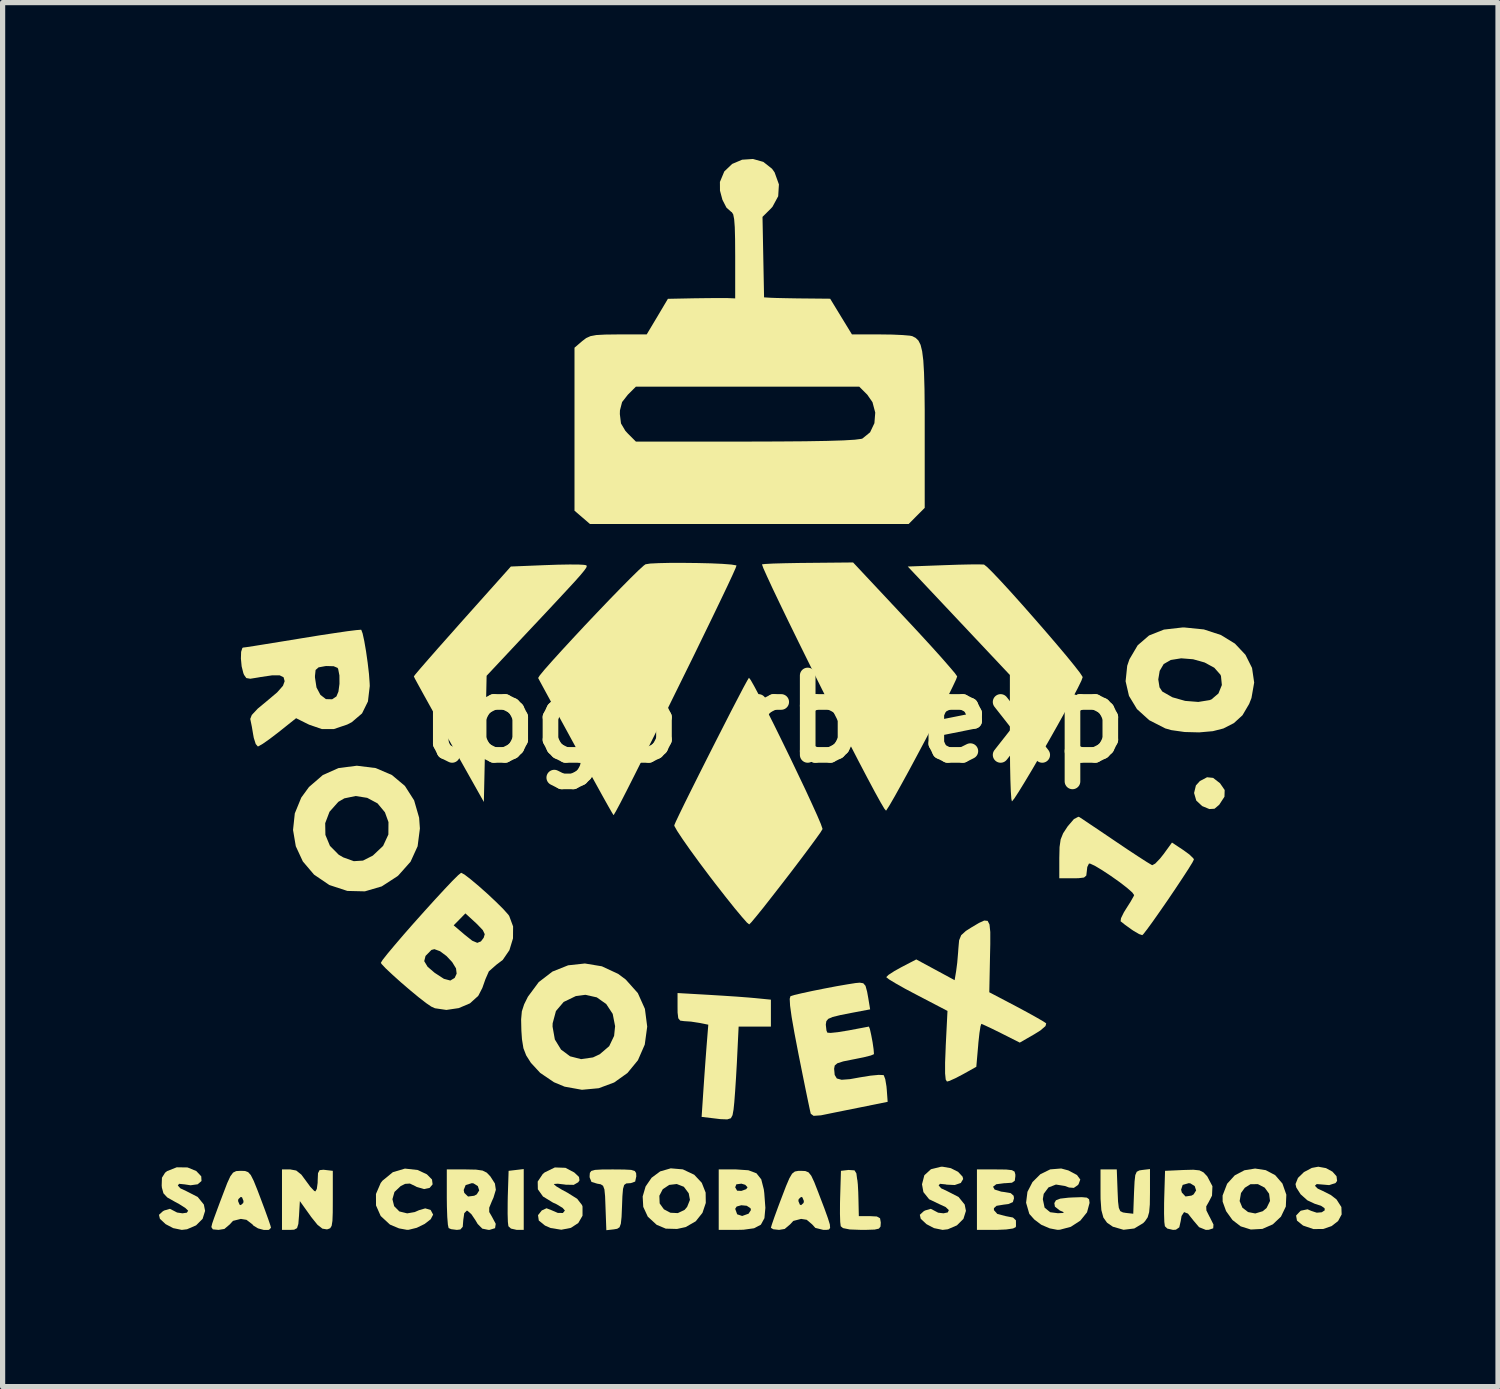
<source format=kicad_pcb>
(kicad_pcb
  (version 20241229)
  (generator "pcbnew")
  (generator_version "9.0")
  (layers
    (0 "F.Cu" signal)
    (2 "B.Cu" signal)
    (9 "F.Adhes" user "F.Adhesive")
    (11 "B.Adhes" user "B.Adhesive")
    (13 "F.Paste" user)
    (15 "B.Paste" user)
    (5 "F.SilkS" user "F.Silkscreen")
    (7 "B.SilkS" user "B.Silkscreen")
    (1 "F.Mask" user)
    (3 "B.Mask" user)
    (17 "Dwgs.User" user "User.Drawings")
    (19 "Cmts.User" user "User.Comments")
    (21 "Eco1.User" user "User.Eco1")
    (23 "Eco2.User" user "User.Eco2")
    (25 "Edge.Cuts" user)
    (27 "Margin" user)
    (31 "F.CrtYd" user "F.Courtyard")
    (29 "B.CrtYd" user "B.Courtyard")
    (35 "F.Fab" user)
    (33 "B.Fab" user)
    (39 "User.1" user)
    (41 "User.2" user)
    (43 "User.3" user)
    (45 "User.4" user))
  (footprint "logo rb exp"
    (layer "F.Cu")
    (at 11.793 10.744)
    (property "Reference" "logo rb exp" (at 0 0 0) (layer "F.SilkS") (effects (font (size 1.524 1.524) (thickness 0.3))))
    (attr board_only exclude_from_pos_files exclude_from_bom)
    (fp_poly (pts (xy -4.795 9.802) (xy -4.929 9.802) (xy -5.04 9.777) (xy -5.089 9.732) (xy -5.099 9.651) (xy -5.104 9.492) (xy -5.103 9.283) (xy -5.101 9.165) (xy -5.085 8.669) (xy -4.94 8.652) (xy -4.795 8.635)) (stroke (width 0) (type solid)) (fill yes) (layer "F.SilkS"))
    (fp_poly (pts (xy 8.431 1.13) (xy 8.56 1.23) (xy 8.565 1.235) (xy 8.653 1.363) (xy 8.649 1.491) (xy 8.55 1.643) (xy 8.547 1.647) (xy 8.458 1.722) (xy 8.359 1.728) (xy 8.221 1.671) (xy 8.108 1.565) (xy 8.066 1.42) (xy 8.101 1.275) (xy 8.177 1.191) (xy 8.315 1.118)) (stroke (width 0) (type solid)) (fill yes) (layer "F.SilkS"))
    (fp_poly (pts (xy 1.551 8.66) (xy 1.587 8.718) (xy 1.601 8.825) (xy 1.607 8.853) (xy 1.615 8.931) (xy 1.623 9.079) (xy 1.627 9.222) (xy 1.634 9.538) (xy 1.844 9.538) (xy 1.98 9.545) (xy 2.041 9.579) (xy 2.055 9.658) (xy 2.055 9.67) (xy 2.05 9.739) (xy 2.018 9.778) (xy 1.938 9.796) (xy 1.786 9.801) (xy 1.685 9.802) (xy 1.461 9.794) (xy 1.331 9.768) (xy 1.287 9.732) (xy 1.277 9.651) (xy 1.272 9.492) (xy 1.273 9.283) (xy 1.276 9.165) (xy 1.291 8.669) (xy 1.436 8.652)) (stroke (width 0) (type solid)) (fill yes) (layer "F.SilkS"))
    (fp_poly (pts (xy 7.22 9.089) (xy 7.217 9.315) (xy 7.204 9.462) (xy 7.176 9.56) (xy 7.126 9.634) (xy 7.09 9.672) (xy 6.919 9.775) (xy 6.713 9.8) (xy 6.511 9.742) (xy 6.508 9.741) (xy 6.396 9.664) (xy 6.326 9.566) (xy 6.287 9.422) (xy 6.272 9.209) (xy 6.271 9.08) (xy 6.271 8.642) (xy 6.583 8.642) (xy 6.598 9.051) (xy 6.607 9.256) (xy 6.622 9.379) (xy 6.65 9.442) (xy 6.701 9.467) (xy 6.756 9.476) (xy 6.899 9.492) (xy 6.914 9.08) (xy 6.924 8.874) (xy 6.938 8.751) (xy 6.966 8.687) (xy 7.016 8.661) (xy 7.075 8.652) (xy 7.22 8.635)) (stroke (width 0) (type solid)) (fill yes) (layer "F.SilkS"))
    (fp_poly (pts (xy -2.866 8.644) (xy -2.733 8.651) (xy -2.665 8.672) (xy -2.639 8.711) (xy -2.635 8.774) (xy -2.657 8.875) (xy -2.742 8.905) (xy -2.764 8.906) (xy -2.828 8.911) (xy -2.868 8.94) (xy -2.89 9.015) (xy -2.902 9.156) (xy -2.909 9.341) (xy -2.918 9.554) (xy -2.932 9.684) (xy -2.957 9.752) (xy -3.002 9.781) (xy -3.067 9.792) (xy -3.21 9.808) (xy -3.226 9.37) (xy -3.234 9.156) (xy -3.247 9.025) (xy -3.273 8.956) (xy -3.318 8.927) (xy -3.386 8.915) (xy -3.495 8.882) (xy -3.53 8.796) (xy -3.531 8.771) (xy -3.526 8.708) (xy -3.499 8.671) (xy -3.427 8.651) (xy -3.292 8.643) (xy -3.083 8.642)) (stroke (width 0) (type solid)) (fill yes) (layer "F.SilkS"))
    (fp_poly (pts (xy -9.16 8.663) (xy -9.062 8.741) (xy -8.979 8.853) (xy -8.888 8.977) (xy -8.816 9.053) (xy -8.793 9.064) (xy -8.765 9.017) (xy -8.749 8.9) (xy -8.748 8.85) (xy -8.742 8.714) (xy -8.712 8.656) (xy -8.638 8.648) (xy -8.603 8.652) (xy -8.458 8.669) (xy -8.458 9.222) (xy -8.459 9.469) (xy -8.465 9.629) (xy -8.48 9.723) (xy -8.508 9.77) (xy -8.553 9.788) (xy -8.574 9.792) (xy -8.658 9.778) (xy -8.752 9.704) (xy -8.874 9.553) (xy -8.89 9.529) (xy -9.09 9.25) (xy -9.106 9.526) (xy -9.119 9.687) (xy -9.144 9.768) (xy -9.199 9.798) (xy -9.277 9.802) (xy -9.433 9.802) (xy -9.433 8.642) (xy -9.275 8.642)) (stroke (width 0) (type solid)) (fill yes) (layer "F.SilkS"))
    (fp_poly (pts (xy -3.742 -2.963) (xy -3.65 -2.958) (xy -3.618 -2.954) (xy -3.594 -2.948) (xy -3.585 -2.934) (xy -3.596 -2.902) (xy -3.634 -2.848) (xy -3.705 -2.762) (xy -3.815 -2.638) (xy -3.971 -2.469) (xy -4.178 -2.246) (xy -4.442 -1.964) (xy -4.77 -1.615) (xy -4.895 -1.482) (xy -5.507 -0.829) (xy -5.533 0.381) (xy -5.56 1.592) (xy -6.231 0.399) (xy -6.412 0.078) (xy -6.574 -0.213) (xy -6.711 -0.46) (xy -6.816 -0.651) (xy -6.883 -0.774) (xy -6.903 -0.817) (xy -6.87 -0.861) (xy -6.775 -0.973) (xy -6.628 -1.142) (xy -6.438 -1.359) (xy -6.214 -1.611) (xy -5.973 -1.883) (xy -5.042 -2.925) (xy -4.405 -2.951) (xy -4.146 -2.96) (xy -3.916 -2.964)) (stroke (width 0) (type solid)) (fill yes) (layer "F.SilkS"))
    (fp_poly (pts (xy -1.742 8.641) (xy -1.524 8.744) (xy -1.379 8.899) (xy -1.305 9.086) (xy -1.302 9.285) (xy -1.366 9.475) (xy -1.495 9.637) (xy -1.688 9.748) (xy -1.854 9.784) (xy -2.07 9.778) (xy -2.244 9.705) (xy -2.415 9.548) (xy -2.502 9.36) (xy -2.513 9.161) (xy -2.509 9.147) (xy -2.193 9.147) (xy -2.187 9.294) (xy -2.106 9.407) (xy -1.981 9.473) (xy -1.839 9.48) (xy -1.709 9.418) (xy -1.66 9.361) (xy -1.606 9.226) (xy -1.63 9.099) (xy -1.723 8.975) (xy -1.859 8.922) (xy -2.004 8.939) (xy -2.128 9.022) (xy -2.193 9.147) (xy -2.509 9.147) (xy -2.457 8.969) (xy -2.342 8.802) (xy -2.178 8.68) (xy -1.974 8.621)) (stroke (width 0) (type solid)) (fill yes) (layer "F.SilkS"))
    (fp_poly (pts (xy -1.252 5.292) (xy -0.974 5.309) (xy -0.701 5.327) (xy -0.469 5.345) (xy -0.356 5.355) (xy -0.053 5.385) (xy -0.053 5.902) (xy -0.672 5.902) (xy -0.706 6.6) (xy -0.722 6.88) (xy -0.739 7.14) (xy -0.755 7.352) (xy -0.769 7.488) (xy -0.77 7.496) (xy -0.789 7.601) (xy -0.821 7.66) (xy -0.891 7.682) (xy -1.022 7.677) (xy -1.205 7.655) (xy -1.382 7.634) (xy -1.348 7.123) (xy -1.329 6.846) (xy -1.308 6.555) (xy -1.289 6.302) (xy -1.284 6.239) (xy -1.254 5.865) (xy -1.424 5.831) (xy -1.586 5.806) (xy -1.719 5.797) (xy -1.793 5.787) (xy -1.83 5.742) (xy -1.843 5.633) (xy -1.844 5.527) (xy -1.844 5.258)) (stroke (width 0) (type solid)) (fill yes) (layer "F.SilkS"))
    (fp_poly (pts (xy 9.441 8.656) (xy 9.622 8.752) (xy 9.761 8.913) (xy 9.836 9.127) (xy 9.826 9.354) (xy 9.733 9.548) (xy 9.576 9.696) (xy 9.377 9.783) (xy 9.155 9.795) (xy 8.96 9.734) (xy 8.803 9.613) (xy 8.68 9.442) (xy 8.614 9.26) (xy 8.614 9.249) (xy 8.94 9.249) (xy 8.993 9.376) (xy 9.102 9.46) (xy 9.24 9.487) (xy 9.383 9.444) (xy 9.457 9.382) (xy 9.523 9.247) (xy 9.505 9.108) (xy 9.421 8.992) (xy 9.29 8.924) (xy 9.147 8.926) (xy 9.039 8.994) (xy 8.966 9.095) (xy 8.94 9.249) (xy 8.614 9.249) (xy 8.613 9.143) (xy 8.7 8.917) (xy 8.846 8.756) (xy 9.032 8.658) (xy 9.237 8.625)) (stroke (width 0) (type solid)) (fill yes) (layer "F.SilkS"))
    (fp_poly (pts (xy -6.829 8.653) (xy -6.653 8.736) (xy -6.555 8.835) (xy -6.543 8.928) (xy -6.6 8.996) (xy -6.707 9.019) (xy -6.848 8.978) (xy -6.865 8.968) (xy -6.979 8.913) (xy -7.07 8.919) (xy -7.155 8.961) (xy -7.275 9.074) (xy -7.314 9.213) (xy -7.281 9.347) (xy -7.181 9.448) (xy -7.031 9.485) (xy -6.886 9.46) (xy -6.804 9.424) (xy -6.684 9.389) (xy -6.581 9.42) (xy -6.535 9.505) (xy -6.534 9.511) (xy -6.58 9.598) (xy -6.696 9.688) (xy -6.848 9.762) (xy -7.002 9.8) (xy -7.035 9.801) (xy -7.188 9.773) (xy -7.351 9.705) (xy -7.366 9.696) (xy -7.539 9.536) (xy -7.629 9.333) (xy -7.63 9.113) (xy -7.539 8.902) (xy -7.506 8.859) (xy -7.306 8.695) (xy -7.074 8.626)) (stroke (width 0) (type solid)) (fill yes) (layer "F.SilkS"))
    (fp_poly (pts (xy -0.484 8.658) (xy -0.33 8.716) (xy -0.238 8.832) (xy -0.189 9.025) (xy -0.18 9.095) (xy -0.159 9.379) (xy -0.177 9.577) (xy -0.245 9.702) (xy -0.376 9.771) (xy -0.58 9.799) (xy -0.717 9.802) (xy -1.054 9.802) (xy -1.054 9.398) (xy -0.738 9.398) (xy -0.7 9.503) (xy -0.604 9.535) (xy -0.481 9.491) (xy -0.436 9.421) (xy -0.444 9.386) (xy -0.517 9.339) (xy -0.621 9.329) (xy -0.71 9.354) (xy -0.738 9.398) (xy -1.054 9.398) (xy -1.054 8.985) (xy -0.738 8.985) (xy -0.701 9.05) (xy -0.619 9.054) (xy -0.527 9.021) (xy -0.501 8.985) (xy -0.545 8.937) (xy -0.619 8.915) (xy -0.716 8.928) (xy -0.738 8.985) (xy -1.054 8.985) (xy -1.054 8.642) (xy -0.72 8.642)) (stroke (width 0) (type solid)) (fill yes) (layer "F.SilkS"))
    (fp_poly (pts (xy 4.461 8.644) (xy 4.571 8.656) (xy 4.622 8.684) (xy 4.637 8.739) (xy 4.637 8.774) (xy 4.626 8.859) (xy 4.572 8.897) (xy 4.445 8.906) (xy 4.427 8.906) (xy 4.271 8.926) (xy 4.209 8.974) (xy 4.239 9.028) (xy 4.366 9.068) (xy 4.413 9.074) (xy 4.548 9.097) (xy 4.604 9.147) (xy 4.611 9.196) (xy 4.589 9.269) (xy 4.504 9.306) (xy 4.41 9.318) (xy 4.276 9.34) (xy 4.226 9.385) (xy 4.226 9.423) (xy 4.291 9.496) (xy 4.453 9.538) (xy 4.453 9.538) (xy 4.591 9.565) (xy 4.648 9.619) (xy 4.649 9.726) (xy 4.645 9.749) (xy 4.593 9.775) (xy 4.461 9.794) (xy 4.277 9.802) (xy 4.268 9.802) (xy 3.9 9.802) (xy 3.9 8.642) (xy 4.268 8.642)) (stroke (width 0) (type solid)) (fill yes) (layer "F.SilkS"))
    (fp_poly (pts (xy -3.995 8.611) (xy -3.826 8.7) (xy -3.735 8.786) (xy -3.725 8.851) (xy -3.749 8.888) (xy -3.836 8.938) (xy -3.988 8.935) (xy -4.014 8.931) (xy -4.142 8.916) (xy -4.211 8.921) (xy -4.216 8.927) (xy -4.173 8.965) (xy -4.062 9.032) (xy -3.959 9.087) (xy -3.77 9.205) (xy -3.677 9.325) (xy -3.667 9.353) (xy -3.667 9.53) (xy -3.748 9.67) (xy -3.89 9.763) (xy -4.074 9.799) (xy -4.279 9.766) (xy -4.387 9.719) (xy -4.506 9.622) (xy -4.521 9.52) (xy -4.449 9.429) (xy -4.358 9.387) (xy -4.265 9.423) (xy -4.142 9.476) (xy -4.044 9.478) (xy -4.005 9.431) (xy -4.049 9.38) (xy -4.161 9.312) (xy -4.235 9.278) (xy -4.426 9.161) (xy -4.524 9.023) (xy -4.527 8.875) (xy -4.43 8.73) (xy -4.393 8.699) (xy -4.198 8.604)) (stroke (width 0) (type solid)) (fill yes) (layer "F.SilkS"))
    (fp_poly (pts (xy 3.399 8.618) (xy 3.538 8.688) (xy 3.624 8.78) (xy 3.636 8.826) (xy 3.59 8.902) (xy 3.475 8.941) (xy 3.32 8.934) (xy 3.298 8.929) (xy 3.191 8.918) (xy 3.165 8.95) (xy 3.215 9.005) (xy 3.33 9.059) (xy 3.547 9.17) (xy 3.665 9.316) (xy 3.689 9.437) (xy 3.641 9.59) (xy 3.516 9.715) (xy 3.342 9.79) (xy 3.241 9.802) (xy 3.076 9.768) (xy 2.932 9.692) (xy 2.822 9.589) (xy 2.804 9.513) (xy 2.878 9.445) (xy 2.904 9.43) (xy 3.014 9.398) (xy 3.073 9.428) (xy 3.156 9.472) (xy 3.259 9.484) (xy 3.34 9.467) (xy 3.361 9.423) (xy 3.3 9.364) (xy 3.185 9.311) (xy 2.983 9.214) (xy 2.873 9.077) (xy 2.846 8.927) (xy 2.891 8.754) (xy 3.018 8.638) (xy 3.213 8.59) (xy 3.241 8.59)) (stroke (width 0) (type solid)) (fill yes) (layer "F.SilkS"))
    (fp_poly (pts (xy 4.03 -2.963) (xy 4.037 -2.962) (xy 4.095 -2.916) (xy 4.208 -2.804) (xy 4.366 -2.637) (xy 4.557 -2.429) (xy 4.77 -2.191) (xy 4.993 -1.938) (xy 5.216 -1.682) (xy 5.427 -1.436) (xy 5.615 -1.213) (xy 5.768 -1.025) (xy 5.876 -0.886) (xy 5.926 -0.809) (xy 5.928 -0.8) (xy 5.903 -0.732) (xy 5.834 -0.591) (xy 5.729 -0.392) (xy 5.596 -0.148) (xy 5.445 0.124) (xy 5.284 0.409) (xy 5.12 0.694) (xy 4.964 0.963) (xy 4.822 1.2) (xy 4.704 1.392) (xy 4.619 1.523) (xy 4.574 1.579) (xy 4.571 1.58) (xy 4.56 1.53) (xy 4.55 1.389) (xy 4.542 1.173) (xy 4.536 0.895) (xy 4.533 0.57) (xy 4.532 0.368) (xy 4.532 -0.844) (xy 2.573 -2.925) (xy 3.276 -2.951) (xy 3.541 -2.96) (xy 3.769 -2.965) (xy 3.939 -2.966)) (stroke (width 0) (type solid)) (fill yes) (layer "F.SilkS"))
    (fp_poly (pts (xy -11.245 8.604) (xy -11.078 8.672) (xy -10.982 8.774) (xy -10.977 8.864) (xy -11.05 8.927) (xy -11.187 8.946) (xy -11.299 8.929) (xy -11.406 8.918) (xy -11.432 8.95) (xy -11.382 9.005) (xy -11.267 9.059) (xy -11.05 9.17) (xy -10.932 9.316) (xy -10.908 9.437) (xy -10.956 9.59) (xy -11.081 9.715) (xy -11.255 9.79) (xy -11.356 9.802) (xy -11.521 9.768) (xy -11.665 9.692) (xy -11.775 9.589) (xy -11.793 9.513) (xy -11.719 9.445) (xy -11.693 9.43) (xy -11.583 9.398) (xy -11.524 9.428) (xy -11.445 9.469) (xy -11.342 9.484) (xy -11.258 9.472) (xy -11.233 9.434) (xy -11.287 9.382) (xy -11.405 9.307) (xy -11.488 9.262) (xy -11.633 9.18) (xy -11.707 9.101) (xy -11.737 8.992) (xy -11.741 8.95) (xy -11.736 8.801) (xy -11.676 8.705) (xy -11.637 8.674) (xy -11.452 8.601)) (stroke (width 0) (type solid)) (fill yes) (layer "F.SilkS"))
    (fp_poly (pts (xy 10.597 8.617) (xy 10.721 8.685) (xy 10.799 8.773) (xy 10.81 8.862) (xy 10.78 8.903) (xy 10.658 8.943) (xy 10.542 8.933) (xy 10.419 8.923) (xy 10.384 8.956) (xy 10.438 9.01) (xy 10.535 9.055) (xy 10.688 9.132) (xy 10.799 9.218) (xy 10.892 9.364) (xy 10.897 9.506) (xy 10.829 9.632) (xy 10.705 9.729) (xy 10.542 9.785) (xy 10.354 9.786) (xy 10.16 9.72) (xy 10.157 9.719) (xy 10.04 9.624) (xy 10.023 9.527) (xy 10.106 9.439) (xy 10.117 9.433) (xy 10.243 9.407) (xy 10.32 9.44) (xy 10.419 9.472) (xy 10.516 9.464) (xy 10.573 9.426) (xy 10.569 9.385) (xy 10.5 9.339) (xy 10.381 9.301) (xy 10.24 9.235) (xy 10.11 9.119) (xy 10.027 8.989) (xy 10.012 8.923) (xy 10.059 8.805) (xy 10.174 8.693) (xy 10.325 8.613) (xy 10.449 8.59)) (stroke (width 0) (type solid)) (fill yes) (layer "F.SilkS"))
    (fp_poly (pts (xy -10.141 8.672) (xy -10.082 8.694) (xy -10.031 8.751) (xy -9.975 8.862) (xy -9.902 9.043) (xy -9.844 9.196) (xy -9.762 9.415) (xy -9.696 9.598) (xy -9.654 9.721) (xy -9.644 9.762) (xy -9.684 9.802) (xy -9.781 9.803) (xy -9.893 9.773) (xy -9.983 9.718) (xy -10 9.696) (xy -10.114 9.609) (xy -10.222 9.591) (xy -10.373 9.629) (xy -10.434 9.696) (xy -10.538 9.784) (xy -10.65 9.802) (xy -10.759 9.792) (xy -10.788 9.748) (xy -10.773 9.683) (xy -10.738 9.581) (xy -10.676 9.412) (xy -10.615 9.248) (xy -10.276 9.248) (xy -10.247 9.318) (xy -10.223 9.327) (xy -10.176 9.285) (xy -10.171 9.248) (xy -10.199 9.178) (xy -10.223 9.169) (xy -10.27 9.212) (xy -10.276 9.248) (xy -10.615 9.248) (xy -10.598 9.204) (xy -10.565 9.117) (xy -10.484 8.905) (xy -10.424 8.774) (xy -10.371 8.703) (xy -10.312 8.674) (xy -10.23 8.669) (xy -10.22 8.669)) (stroke (width 0) (type solid)) (fill yes) (layer "F.SilkS"))
    (fp_poly (pts (xy 0.608 8.673) (xy 0.669 8.698) (xy 0.722 8.764) (xy 0.78 8.888) (xy 0.859 9.09) (xy 0.869 9.117) (xy 0.973 9.389) (xy 1.041 9.578) (xy 1.078 9.698) (xy 1.083 9.765) (xy 1.06 9.795) (xy 1.009 9.802) (xy 0.954 9.802) (xy 0.8 9.764) (xy 0.738 9.696) (xy 0.634 9.608) (xy 0.527 9.591) (xy 0.377 9.63) (xy 0.316 9.696) (xy 0.212 9.784) (xy 0.104 9.802) (xy -0.007 9.79) (xy -0.053 9.762) (xy -0.053 9.762) (xy -0.035 9.699) (xy 0.013 9.56) (xy 0.083 9.368) (xy 0.128 9.248) (xy 0.474 9.248) (xy 0.503 9.318) (xy 0.527 9.327) (xy 0.574 9.285) (xy 0.58 9.248) (xy 0.551 9.178) (xy 0.527 9.169) (xy 0.48 9.212) (xy 0.474 9.248) (xy 0.128 9.248) (xy 0.148 9.196) (xy 0.237 8.963) (xy 0.302 8.811) (xy 0.354 8.723) (xy 0.407 8.682) (xy 0.472 8.67) (xy 0.523 8.669)) (stroke (width 0) (type solid)) (fill yes) (layer "F.SilkS"))
    (fp_poly (pts (xy 2.514 -1.946) (xy 2.775 -1.666) (xy 3.011 -1.409) (xy 3.213 -1.185) (xy 3.371 -1.004) (xy 3.477 -0.879) (xy 3.52 -0.818) (xy 3.521 -0.817) (xy 3.5 -0.758) (xy 3.436 -0.622) (xy 3.338 -0.423) (xy 3.212 -0.176) (xy 3.066 0.104) (xy 2.91 0.402) (xy 2.749 0.704) (xy 2.593 0.995) (xy 2.448 1.259) (xy 2.324 1.482) (xy 2.227 1.65) (xy 2.165 1.747) (xy 2.156 1.759) (xy 2.125 1.723) (xy 2.052 1.6) (xy 1.942 1.401) (xy 1.799 1.133) (xy 1.627 0.805) (xy 1.432 0.427) (xy 1.217 0.006) (xy 0.988 -0.449) (xy 0.927 -0.57) (xy 0.696 -1.034) (xy 0.481 -1.469) (xy 0.287 -1.865) (xy 0.118 -2.215) (xy -0.022 -2.508) (xy -0.128 -2.737) (xy -0.197 -2.891) (xy -0.223 -2.963) (xy -0.223 -2.967) (xy -0.16 -2.974) (xy -0.01 -2.982) (xy 0.209 -2.988) (xy 0.476 -2.993) (xy 0.67 -2.995) (xy 1.524 -3.003)) (stroke (width 0) (type solid)) (fill yes) (layer "F.SilkS"))
    (fp_poly (pts (xy 5.654 8.661) (xy 5.819 8.749) (xy 5.883 8.836) (xy 5.849 8.927) (xy 5.833 8.945) (xy 5.759 8.996) (xy 5.667 8.989) (xy 5.59 8.96) (xy 5.416 8.932) (xy 5.272 8.988) (xy 5.181 9.111) (xy 5.164 9.213) (xy 5.198 9.375) (xy 5.305 9.463) (xy 5.452 9.482) (xy 5.556 9.477) (xy 5.564 9.462) (xy 5.49 9.43) (xy 5.396 9.356) (xy 5.385 9.288) (xy 5.416 9.234) (xy 5.499 9.202) (xy 5.656 9.184) (xy 5.731 9.18) (xy 5.911 9.174) (xy 6.009 9.183) (xy 6.051 9.214) (xy 6.06 9.276) (xy 6.06 9.287) (xy 6.012 9.465) (xy 5.884 9.624) (xy 5.701 9.743) (xy 5.491 9.799) (xy 5.444 9.801) (xy 5.297 9.773) (xy 5.14 9.706) (xy 5.128 9.699) (xy 5 9.602) (xy 4.91 9.501) (xy 4.904 9.492) (xy 4.843 9.281) (xy 4.869 9.072) (xy 4.966 8.884) (xy 5.117 8.734) (xy 5.306 8.641) (xy 5.516 8.624)) (stroke (width 0) (type solid)) (fill yes) (layer "F.SilkS"))
    (fp_poly (pts (xy 8.169 8.66) (xy 8.246 8.698) (xy 8.314 8.77) (xy 8.321 8.779) (xy 8.418 8.964) (xy 8.41 9.145) (xy 8.348 9.265) (xy 8.299 9.351) (xy 8.302 9.429) (xy 8.359 9.543) (xy 8.37 9.562) (xy 8.438 9.699) (xy 8.433 9.772) (xy 8.348 9.8) (xy 8.291 9.802) (xy 8.162 9.75) (xy 8.05 9.618) (xy 7.948 9.489) (xy 7.874 9.461) (xy 7.826 9.535) (xy 7.809 9.634) (xy 7.782 9.753) (xy 7.718 9.798) (xy 7.662 9.802) (xy 7.553 9.777) (xy 7.506 9.732) (xy 7.495 9.651) (xy 7.49 9.492) (xy 7.491 9.283) (xy 7.494 9.165) (xy 7.498 9.031) (xy 7.817 9.031) (xy 7.831 9.085) (xy 7.902 9.161) (xy 8.017 9.144) (xy 8.057 9.121) (xy 8.105 9.045) (xy 8.078 8.961) (xy 7.994 8.909) (xy 7.962 8.906) (xy 7.847 8.939) (xy 7.817 9.031) (xy 7.498 9.031) (xy 7.509 8.669) (xy 7.859 8.653) (xy 8.051 8.648)) (stroke (width 0) (type solid)) (fill yes) (layer "F.SilkS"))
    (fp_poly (pts (xy -7.634 0.942) (xy -7.324 1.075) (xy -7.075 1.284) (xy -6.898 1.561) (xy -6.802 1.894) (xy -6.787 2.101) (xy -6.831 2.442) (xy -6.966 2.738) (xy -7.198 2.999) (xy -7.217 3.016) (xy -7.519 3.212) (xy -7.843 3.307) (xy -8.179 3.299) (xy -8.517 3.188) (xy -8.528 3.183) (xy -8.818 2.986) (xy -9.033 2.733) (xy -9.168 2.442) (xy -9.221 2.129) (xy -9.207 1.999) (xy -8.604 1.999) (xy -8.6 2.224) (xy -8.513 2.434) (xy -8.345 2.604) (xy -8.258 2.655) (xy -8.055 2.728) (xy -7.879 2.717) (xy -7.692 2.622) (xy -7.689 2.62) (xy -7.493 2.435) (xy -7.392 2.217) (xy -7.39 1.978) (xy -7.458 1.79) (xy -7.6 1.619) (xy -7.798 1.513) (xy -8.02 1.478) (xy -8.237 1.523) (xy -8.352 1.59) (xy -8.521 1.78) (xy -8.604 1.999) (xy -9.207 1.999) (xy -9.187 1.811) (xy -9.063 1.508) (xy -8.915 1.305) (xy -8.65 1.076) (xy -8.349 0.942) (xy -7.998 0.897) (xy -7.995 0.897)) (stroke (width 0) (type solid)) (fill yes) (layer "F.SilkS"))
    (fp_poly (pts (xy -5.708 8.646) (xy -5.584 8.664) (xy -5.504 8.704) (xy -5.435 8.776) (xy -5.432 8.781) (xy -5.348 8.912) (xy -5.33 9.033) (xy -5.376 9.185) (xy -5.406 9.251) (xy -5.457 9.376) (xy -5.457 9.459) (xy -5.406 9.547) (xy -5.332 9.686) (xy -5.345 9.769) (xy -5.448 9.801) (xy -5.472 9.802) (xy -5.59 9.778) (xy -5.679 9.688) (xy -5.721 9.617) (xy -5.8 9.5) (xy -5.873 9.436) (xy -5.888 9.433) (xy -5.936 9.481) (xy -5.955 9.613) (xy -5.955 9.617) (xy -5.965 9.742) (xy -6.01 9.794) (xy -6.078 9.802) (xy -6.188 9.788) (xy -6.236 9.767) (xy -6.25 9.702) (xy -6.262 9.556) (xy -6.269 9.353) (xy -6.271 9.187) (xy -6.271 9.037) (xy -5.947 9.037) (xy -5.935 9.093) (xy -5.863 9.162) (xy -5.745 9.147) (xy -5.697 9.121) (xy -5.649 9.045) (xy -5.676 8.961) (xy -5.76 8.909) (xy -5.792 8.906) (xy -5.909 8.942) (xy -5.947 9.037) (xy -6.271 9.037) (xy -6.271 8.642) (xy -5.906 8.642)) (stroke (width 0) (type solid)) (fill yes) (layer "F.SilkS"))
    (fp_poly (pts (xy -3.296 4.745) (xy -2.984 4.89) (xy -2.838 4.999) (xy -2.606 5.259) (xy -2.47 5.562) (xy -2.426 5.902) (xy -2.473 6.247) (xy -2.604 6.547) (xy -2.805 6.792) (xy -3.06 6.974) (xy -3.356 7.084) (xy -3.678 7.114) (xy -4.011 7.054) (xy -4.215 6.969) (xy -4.479 6.79) (xy -4.658 6.596) (xy -4.748 6.454) (xy -4.801 6.317) (xy -4.829 6.143) (xy -4.84 5.981) (xy -4.842 5.902) (xy -4.242 5.902) (xy -4.198 6.149) (xy -4.079 6.343) (xy -3.905 6.472) (xy -3.694 6.526) (xy -3.466 6.493) (xy -3.336 6.432) (xy -3.155 6.277) (xy -3.061 6.08) (xy -3.042 5.894) (xy -3.088 5.658) (xy -3.212 5.469) (xy -3.393 5.341) (xy -3.612 5.292) (xy -3.795 5.316) (xy -4.029 5.429) (xy -4.177 5.603) (xy -4.24 5.838) (xy -4.242 5.902) (xy -4.842 5.902) (xy -4.845 5.764) (xy -4.831 5.609) (xy -4.787 5.474) (xy -4.715 5.329) (xy -4.507 5.048) (xy -4.244 4.846) (xy -3.943 4.726) (xy -3.621 4.691)) (stroke (width 0) (type solid)) (fill yes) (layer "F.SilkS"))
    (fp_poly (pts (xy 8.254 -1.718) (xy 8.581 -1.611) (xy 8.85 -1.446) (xy 9.052 -1.231) (xy 9.178 -0.979) (xy 9.219 -0.699) (xy 9.167 -0.402) (xy 9.123 -0.29) (xy 8.995 -0.072) (xy 8.83 0.079) (xy 8.629 0.182) (xy 8.426 0.234) (xy 8.164 0.257) (xy 7.885 0.25) (xy 7.631 0.214) (xy 7.514 0.181) (xy 7.205 0.023) (xy 6.97 -0.19) (xy 6.817 -0.443) (xy 6.752 -0.725) (xy 6.756 -0.759) (xy 7.379 -0.759) (xy 7.403 -0.607) (xy 7.456 -0.527) (xy 7.651 -0.416) (xy 7.895 -0.347) (xy 8.147 -0.327) (xy 8.364 -0.362) (xy 8.4 -0.376) (xy 8.533 -0.489) (xy 8.599 -0.651) (xy 8.582 -0.824) (xy 8.571 -0.85) (xy 8.454 -0.983) (xy 8.268 -1.084) (xy 8.047 -1.146) (xy 7.819 -1.164) (xy 7.618 -1.132) (xy 7.483 -1.054) (xy 7.406 -0.923) (xy 7.379 -0.759) (xy 6.756 -0.759) (xy 6.783 -1.021) (xy 6.826 -1.146) (xy 6.984 -1.414) (xy 7.202 -1.602) (xy 7.487 -1.715) (xy 7.846 -1.756) (xy 7.878 -1.756)) (stroke (width 0) (type solid)) (fill yes) (layer "F.SilkS"))
    (fp_poly (pts (xy -0.439 -0.745) (xy -0.367 -0.618) (xy -0.264 -0.424) (xy -0.138 -0.177) (xy 0.006 0.109) (xy 0.159 0.42) (xy 0.316 0.742) (xy 0.468 1.06) (xy 0.611 1.36) (xy 0.735 1.629) (xy 0.836 1.852) (xy 0.905 2.014) (xy 0.936 2.103) (xy 0.937 2.113) (xy 0.896 2.18) (xy 0.802 2.311) (xy 0.668 2.493) (xy 0.506 2.709) (xy 0.326 2.946) (xy 0.14 3.187) (xy -0.04 3.418) (xy -0.202 3.625) (xy -0.336 3.79) (xy -0.429 3.901) (xy -0.469 3.941) (xy -0.513 3.906) (xy -0.609 3.797) (xy -0.75 3.628) (xy -0.924 3.41) (xy -1.123 3.155) (xy -1.219 3.03) (xy -1.423 2.758) (xy -1.603 2.511) (xy -1.748 2.304) (xy -1.851 2.148) (xy -1.903 2.056) (xy -1.907 2.04) (xy -1.878 1.971) (xy -1.809 1.826) (xy -1.708 1.618) (xy -1.581 1.362) (xy -1.436 1.072) (xy -1.28 0.762) (xy -1.12 0.446) (xy -0.963 0.138) (xy -0.817 -0.148) (xy -0.687 -0.398) (xy -0.583 -0.597) (xy -0.509 -0.733) (xy -0.475 -0.789) (xy -0.473 -0.79)) (stroke (width 0) (type solid)) (fill yes) (layer "F.SilkS"))
    (fp_poly (pts (xy -1.461 -2.992) (xy -1.205 -2.986) (xy -0.982 -2.976) (xy -0.813 -2.963) (xy -0.722 -2.948) (xy -0.713 -2.944) (xy -0.731 -2.893) (xy -0.79 -2.76) (xy -0.886 -2.554) (xy -1.014 -2.286) (xy -1.167 -1.968) (xy -1.341 -1.61) (xy -1.529 -1.223) (xy -1.728 -0.819) (xy -1.931 -0.407) (xy -2.132 0.002) (xy -2.328 0.395) (xy -2.512 0.763) (xy -2.678 1.094) (xy -2.822 1.379) (xy -2.938 1.605) (xy -3.022 1.762) (xy -3.066 1.838) (xy -3.072 1.844) (xy -3.1 1.8) (xy -3.172 1.675) (xy -3.281 1.48) (xy -3.42 1.228) (xy -3.585 0.93) (xy -3.766 0.599) (xy -3.796 0.544) (xy -3.98 0.206) (xy -4.148 -0.101) (xy -4.291 -0.366) (xy -4.405 -0.576) (xy -4.483 -0.72) (xy -4.517 -0.784) (xy -4.518 -0.787) (xy -4.488 -0.835) (xy -4.396 -0.947) (xy -4.252 -1.11) (xy -4.068 -1.313) (xy -3.855 -1.544) (xy -3.625 -1.791) (xy -3.387 -2.042) (xy -3.155 -2.285) (xy -2.938 -2.508) (xy -2.748 -2.7) (xy -2.596 -2.849) (xy -2.494 -2.942) (xy -2.458 -2.968) (xy -2.37 -2.982) (xy -2.204 -2.99) (xy -1.983 -2.995) (xy -1.728 -2.995)) (stroke (width 0) (type solid)) (fill yes) (layer "F.SilkS"))
    (fp_poly (pts (xy 4.105 3.873) (xy 4.141 3.943) (xy 4.156 4.087) (xy 4.156 4.317) (xy 4.151 4.545) (xy 4.137 5.243) (xy 4.659 5.517) (xy 4.873 5.632) (xy 5.054 5.733) (xy 5.181 5.807) (xy 5.229 5.84) (xy 5.215 5.892) (xy 5.117 5.976) (xy 5 6.049) (xy 4.722 6.209) (xy 4.365 6.029) (xy 4.191 5.943) (xy 4.057 5.88) (xy 3.987 5.85) (xy 3.984 5.849) (xy 3.968 5.898) (xy 3.948 6.026) (xy 3.928 6.209) (xy 3.924 6.261) (xy 3.888 6.673) (xy 3.636 6.814) (xy 3.485 6.893) (xy 3.368 6.945) (xy 3.325 6.956) (xy 3.301 6.918) (xy 3.289 6.8) (xy 3.289 6.593) (xy 3.301 6.29) (xy 3.301 6.278) (xy 3.335 5.601) (xy 2.748 5.295) (xy 2.525 5.177) (xy 2.341 5.073) (xy 2.214 4.996) (xy 2.161 4.954) (xy 2.161 4.952) (xy 2.204 4.909) (xy 2.315 4.837) (xy 2.448 4.763) (xy 2.736 4.613) (xy 3.104 4.812) (xy 3.472 5.011) (xy 3.501 4.837) (xy 3.522 4.676) (xy 3.539 4.476) (xy 3.544 4.403) (xy 3.558 4.246) (xy 3.598 4.148) (xy 3.687 4.067) (xy 3.794 3.999) (xy 3.939 3.913) (xy 4.04 3.867)) (stroke (width 0) (type solid)) (fill yes) (layer "F.SilkS"))
    (fp_poly (pts (xy 5.865 1.882) (xy 5.931 1.925) (xy 6.066 2.016) (xy 6.254 2.142) (xy 6.476 2.292) (xy 6.572 2.357) (xy 6.802 2.512) (xy 7.003 2.644) (xy 7.157 2.743) (xy 7.249 2.798) (xy 7.264 2.805) (xy 7.321 2.774) (xy 7.412 2.679) (xy 7.479 2.595) (xy 7.642 2.371) (xy 7.852 2.51) (xy 7.976 2.6) (xy 8.051 2.673) (xy 8.063 2.695) (xy 8.034 2.753) (xy 7.957 2.878) (xy 7.844 3.052) (xy 7.707 3.258) (xy 7.559 3.477) (xy 7.41 3.692) (xy 7.275 3.884) (xy 7.165 4.035) (xy 7.093 4.127) (xy 7.072 4.147) (xy 7.009 4.126) (xy 6.899 4.061) (xy 6.861 4.035) (xy 6.743 3.95) (xy 6.666 3.889) (xy 6.656 3.881) (xy 6.664 3.822) (xy 6.719 3.71) (xy 6.763 3.639) (xy 6.848 3.505) (xy 6.905 3.404) (xy 6.916 3.379) (xy 6.881 3.329) (xy 6.78 3.24) (xy 6.635 3.128) (xy 6.468 3.01) (xy 6.303 2.901) (xy 6.163 2.817) (xy 6.07 2.774) (xy 6.049 2.774) (xy 6.017 2.84) (xy 6.007 2.928) (xy 5.998 3.004) (xy 5.954 3.042) (xy 5.846 3.055) (xy 5.744 3.056) (xy 5.48 3.056) (xy 5.48 2.669) (xy 5.485 2.457) (xy 5.506 2.311) (xy 5.553 2.194) (xy 5.637 2.066) (xy 5.64 2.061) (xy 5.76 1.921) (xy 5.846 1.876)) (stroke (width 0) (type solid)) (fill yes) (layer "F.SilkS"))
    (fp_poly (pts (xy -5.931 2.985) (xy -5.813 3.076) (xy -5.659 3.205) (xy -5.49 3.355) (xy -5.326 3.509) (xy -5.187 3.647) (xy -5.092 3.753) (xy -5.074 3.778) (xy -4.999 3.98) (xy -5.001 4.21) (xy -5.07 4.436) (xy -5.198 4.623) (xy -5.321 4.716) (xy -5.464 4.842) (xy -5.53 4.993) (xy -5.589 5.16) (xy -5.663 5.304) (xy -5.671 5.315) (xy -5.827 5.456) (xy -6.042 5.547) (xy -6.279 5.582) (xy -6.498 5.55) (xy -6.569 5.518) (xy -6.667 5.451) (xy -6.81 5.34) (xy -6.978 5.201) (xy -7.153 5.051) (xy -7.314 4.906) (xy -7.444 4.784) (xy -7.522 4.701) (xy -7.536 4.678) (xy -7.517 4.646) (xy -6.704 4.646) (xy -6.64 4.753) (xy -6.505 4.869) (xy -6.327 4.985) (xy -6.203 5.018) (xy -6.12 4.968) (xy -6.082 4.886) (xy -6.094 4.785) (xy -6.168 4.664) (xy -6.278 4.547) (xy -6.4 4.456) (xy -6.509 4.416) (xy -6.566 4.431) (xy -6.679 4.546) (xy -6.704 4.646) (xy -7.517 4.646) (xy -7.502 4.622) (xy -7.409 4.504) (xy -7.27 4.338) (xy -7.098 4.137) (xy -6.942 3.959) (xy -6.139 3.959) (xy -5.928 4.139) (xy -5.783 4.254) (xy -5.686 4.295) (xy -5.616 4.267) (xy -5.563 4.197) (xy -5.543 4.129) (xy -5.58 4.051) (xy -5.686 3.94) (xy -5.71 3.917) (xy -5.914 3.73) (xy -6.139 3.959) (xy -6.942 3.959) (xy -6.904 3.916) (xy -6.701 3.689) (xy -6.502 3.469) (xy -6.32 3.272) (xy -6.167 3.11) (xy -6.055 2.999) (xy -5.998 2.952) (xy -5.995 2.951)) (stroke (width 0) (type solid)) (fill yes) (layer "F.SilkS"))
    (fp_poly (pts (xy 1.719 5.07) (xy 1.762 5.119) (xy 1.793 5.232) (xy 1.815 5.354) (xy 1.851 5.571) (xy 1.518 5.634) (xy 1.283 5.68) (xy 1.132 5.717) (xy 1.048 5.753) (xy 1.011 5.797) (xy 1.001 5.857) (xy 1.001 5.87) (xy 1.013 5.977) (xy 1.03 6.018) (xy 1.092 6.023) (xy 1.229 6.009) (xy 1.413 5.979) (xy 1.438 5.975) (xy 1.623 5.94) (xy 1.761 5.914) (xy 1.825 5.902) (xy 1.827 5.902) (xy 1.846 5.948) (xy 1.871 6.06) (xy 1.898 6.202) (xy 1.917 6.334) (xy 1.924 6.42) (xy 1.922 6.432) (xy 1.864 6.456) (xy 1.73 6.49) (xy 1.547 6.527) (xy 1.531 6.53) (xy 1.336 6.569) (xy 1.223 6.605) (xy 1.172 6.648) (xy 1.16 6.71) (xy 1.16 6.71) (xy 1.171 6.829) (xy 1.212 6.897) (xy 1.304 6.922) (xy 1.464 6.91) (xy 1.659 6.875) (xy 1.858 6.843) (xy 2.015 6.828) (xy 2.105 6.832) (xy 2.113 6.837) (xy 2.141 6.91) (xy 2.164 7.047) (xy 2.17 7.111) (xy 2.187 7.345) (xy 1.634 7.457) (xy 1.385 7.507) (xy 1.157 7.553) (xy 0.981 7.589) (xy 0.907 7.604) (xy 0.766 7.614) (xy 0.712 7.574) (xy 0.696 7.505) (xy 0.663 7.349) (xy 0.616 7.122) (xy 0.559 6.841) (xy 0.495 6.522) (xy 0.477 6.432) (xy 0.399 6.026) (xy 0.345 5.718) (xy 0.315 5.5) (xy 0.308 5.369) (xy 0.322 5.319) (xy 0.393 5.296) (xy 0.543 5.261) (xy 0.746 5.217) (xy 0.976 5.171) (xy 1.207 5.127) (xy 1.415 5.091) (xy 1.574 5.066) (xy 1.652 5.059)) (stroke (width 0) (type solid)) (fill yes) (layer "F.SilkS"))
    (fp_poly (pts (xy -7.912 -1.711) (xy -7.886 -1.641) (xy -7.854 -1.494) (xy -7.82 -1.297) (xy -7.789 -1.078) (xy -7.764 -0.864) (xy -7.751 -0.684) (xy -7.749 -0.632) (xy -7.784 -0.336) (xy -7.897 -0.107) (xy -8.093 0.061) (xy -8.182 0.107) (xy -8.437 0.193) (xy -8.666 0.194) (xy -8.908 0.111) (xy -8.936 0.098) (xy -9.162 -0.015) (xy -9.502 0.256) (xy -9.666 0.381) (xy -9.801 0.476) (xy -9.885 0.524) (xy -9.897 0.527) (xy -9.937 0.48) (xy -9.974 0.363) (xy -9.985 0.303) (xy -10.012 0.144) (xy -10.037 0.022) (xy -10.042 -0.001) (xy -10.012 -0.077) (xy -9.899 -0.198) (xy -9.724 -0.343) (xy -9.526 -0.51) (xy -9.414 -0.637) (xy -9.382 -0.725) (xy -9.401 -0.796) (xy -8.8 -0.796) (xy -8.771 -0.605) (xy -8.695 -0.462) (xy -8.59 -0.381) (xy -8.471 -0.378) (xy -8.389 -0.432) (xy -8.35 -0.525) (xy -8.33 -0.674) (xy -8.331 -0.835) (xy -8.355 -0.958) (xy -8.366 -0.98) (xy -8.441 -1.012) (xy -8.576 -1.016) (xy -8.603 -1.014) (xy -8.732 -0.99) (xy -8.788 -0.94) (xy -8.8 -0.828) (xy -8.8 -0.796) (xy -9.401 -0.796) (xy -9.402 -0.8) (xy -9.476 -0.837) (xy -9.618 -0.838) (xy -9.842 -0.805) (xy -9.898 -0.795) (xy -10.041 -0.772) (xy -10.117 -0.785) (xy -10.16 -0.845) (xy -10.174 -0.879) (xy -10.207 -1.01) (xy -10.221 -1.158) (xy -10.217 -1.288) (xy -10.193 -1.363) (xy -10.179 -1.37) (xy -10.116 -1.378) (xy -9.965 -1.401) (xy -9.742 -1.437) (xy -9.463 -1.482) (xy -9.144 -1.534) (xy -9.035 -1.552) (xy -8.708 -1.605) (xy -8.417 -1.649) (xy -8.178 -1.684) (xy -8.008 -1.705) (xy -7.92 -1.712)) (stroke (width 0) (type solid)) (fill yes) (layer "F.SilkS"))
    (fp_poly (pts (xy -0.198 -10.688) (xy -0.031 -10.556) (xy 0.018 -10.487) (xy 0.101 -10.256) (xy 0.087 -10.029) (xy -0.023 -9.826) (xy -0.054 -9.792) (xy -0.214 -9.633) (xy -0.199 -8.861) (xy -0.184 -8.089) (xy -0.053 -8.081) (xy 0.057 -8.077) (xy 0.241 -8.073) (xy 0.467 -8.069) (xy 0.581 -8.068) (xy 1.084 -8.063) (xy 1.293 -7.72) (xy 1.502 -7.378) (xy 2.038 -7.378) (xy 2.273 -7.375) (xy 2.474 -7.366) (xy 2.614 -7.354) (xy 2.659 -7.345) (xy 2.725 -7.311) (xy 2.778 -7.259) (xy 2.819 -7.177) (xy 2.849 -7.054) (xy 2.871 -6.879) (xy 2.885 -6.642) (xy 2.894 -6.33) (xy 2.898 -5.933) (xy 2.898 -5.532) (xy 2.898 -4.05) (xy 2.744 -3.896) (xy 2.59 -3.741) (xy -3.525 -3.741) (xy -3.673 -3.869) (xy -3.821 -3.996) (xy -3.821 -5.849) (xy -2.951 -5.849) (xy -2.929 -5.67) (xy -2.845 -5.528) (xy -2.797 -5.476) (xy -2.643 -5.322) (xy -0.534 -5.322) (xy 0.087 -5.324) (xy 0.605 -5.328) (xy 1.021 -5.335) (xy 1.338 -5.345) (xy 1.557 -5.358) (xy 1.681 -5.374) (xy 1.704 -5.381) (xy 1.85 -5.5) (xy 1.933 -5.675) (xy 1.949 -5.878) (xy 1.896 -6.078) (xy 1.796 -6.222) (xy 1.642 -6.376) (xy -2.643 -6.376) (xy -2.797 -6.222) (xy -2.908 -6.08) (xy -2.949 -5.921) (xy -2.951 -5.849) (xy -3.821 -5.849) (xy -3.821 -7.123) (xy -3.673 -7.25) (xy -3.597 -7.308) (xy -3.515 -7.345) (xy -3.403 -7.366) (xy -3.235 -7.375) (xy -2.987 -7.378) (xy -2.98 -7.378) (xy -2.436 -7.378) (xy -2.232 -7.719) (xy -2.029 -8.061) (xy -1.528 -8.071) (xy -1.291 -8.074) (xy -1.08 -8.076) (xy -0.926 -8.076) (xy -0.883 -8.075) (xy -0.738 -8.069) (xy -0.738 -8.884) (xy -0.74 -9.206) (xy -0.746 -9.437) (xy -0.758 -9.59) (xy -0.776 -9.681) (xy -0.803 -9.723) (xy -0.813 -9.728) (xy -0.906 -9.811) (xy -0.983 -9.961) (xy -1.03 -10.137) (xy -1.031 -10.302) (xy -1.031 -10.304) (xy -0.947 -10.505) (xy -0.796 -10.649) (xy -0.605 -10.73) (xy -0.397 -10.744)) (stroke (width 0) (type solid)) (fill yes) (layer "F.SilkS")))
  (gr_rect
    (start -3 -3)
    (end 25.69 23.553)
    (stroke (width 0.1) (type default))
    (fill no)
    (layer "Edge.Cuts")))
</source>
